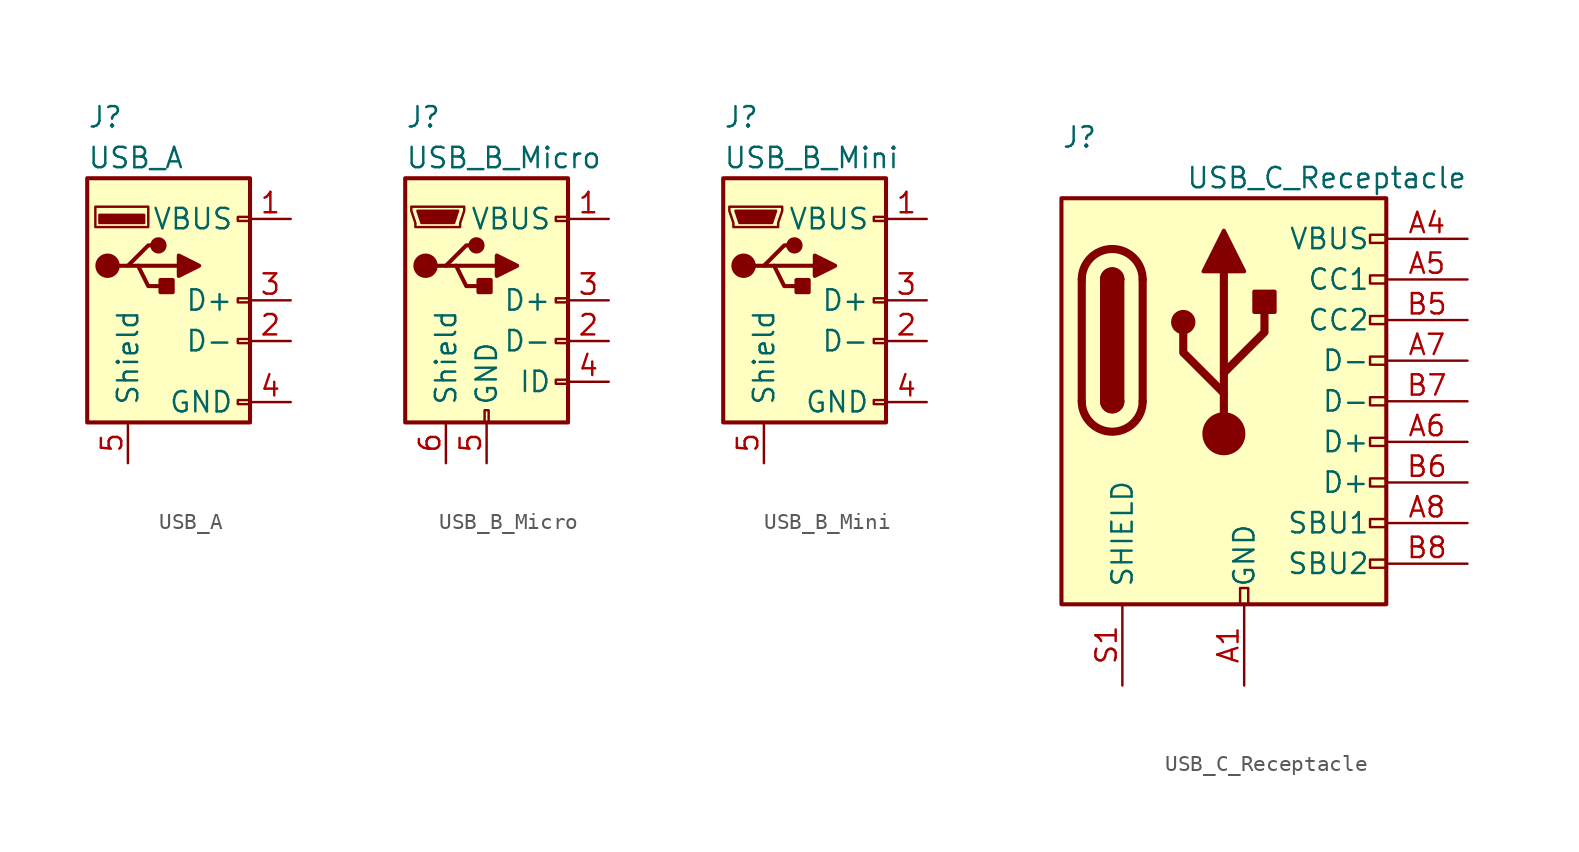
<source format=kicad_sym>
(kicad_symbol_lib
  (version 20220914)
  (generator kicad_symbol_editor)
  (symbol "USB_A"
    (pin_names
      (offset 1.016))
    (property "Reference" "J"
      (at -5.08 11.43 0)
      (effects (font (size 1.27 1.27)) (justify left)))
    (property "Value" "USB_A"
      (at -5.08 8.89 0)
      (effects (font (size 1.27 1.27)) (justify left)))
    (symbol "USB_A_0_1"
      (circle (center -3.81 2.159) (radius 0.635) (stroke (width 0.254) (type default)) (fill (type outline)))
      (rectangle (start -1.524 4.826) (end -4.318 5.334) (stroke (width 0) (type default)) (fill (type outline)))
      (rectangle (start -1.27 4.572) (end -4.572 5.842) (stroke (width 0) (type default)) (fill (type none)))
      (circle (center -0.635 3.429) (radius 0.381) (stroke (width 0.254) (type default)) (fill (type outline)))
      (polyline (pts (xy -3.175 2.159) (xy -2.54 2.159) (xy -1.27 3.429) (xy -0.635 3.429)) (stroke (width 0.254) (type default)) (fill (type none)))
      (polyline (pts (xy -2.54 2.159) (xy -1.905 2.159) (xy -1.27 0.889) (xy 0 0.889)) (stroke (width 0.254) (type default)) (fill (type none)))
      (polyline (pts (xy 0.635 2.794) (xy 0.635 1.524) (xy 1.905 2.159) (xy 0.635 2.794)) (stroke (width 0.254) (type default)) (fill (type outline)))
      (rectangle (start 0.254 1.27) (end -0.508 0.508) (stroke (width 0.254) (type default)) (fill (type outline)))
      (rectangle (start 4.318 -6.223) (end 5.08 -6.477) (stroke (width 0) (type default)) (fill (type none)))
      (rectangle (start 4.318 -2.413) (end 5.08 -2.667) (stroke (width 0) (type default)) (fill (type none)))
      (rectangle (start 5.08 -0.127) (end 4.318 0.127) (stroke (width 0) (type default)) (fill (type none)))
      (rectangle (start 5.08 4.953) (end 4.318 5.207) (stroke (width 0) (type default)) (fill (type none))))
    (symbol "USB_A_1_1"
      (rectangle (start -5.08 7.62) (end 5.08 -7.62) (stroke (width 0.254) (type default)) (fill (type background)))
      (polyline (pts (xy -1.905 2.159) (xy 0.635 2.159)) (stroke (width 0.254) (type default)) (fill (type none)))
      (pin power_in line (at 7.62 5.08 180) (length 2.54) (name "VBUS" (effects (font (size 1.27 1.27)))) (number "1" (effects (font (size 1.27 1.27)))))
      (pin bidirectional line (at 7.62 -2.54 180) (length 2.54) (name "D-" (effects (font (size 1.27 1.27)))) (number "2" (effects (font (size 1.27 1.27)))))
      (pin bidirectional line (at 7.62 0 180) (length 2.54) (name "D+" (effects (font (size 1.27 1.27)))) (number "3" (effects (font (size 1.27 1.27)))))
      (pin power_in line (at 7.62 -6.35 180) (length 2.54) (name "GND" (effects (font (size 1.27 1.27)))) (number "4" (effects (font (size 1.27 1.27)))))
      (pin passive line (at -2.54 -10.16 90) (length 2.54) (name "Shield" (effects (font (size 1.27 1.27)))) (number "5" (effects (font (size 1.27 1.27)))))))
  (symbol "USB_B_Micro"
    (pin_names
      (offset 1.016))
    (property "Reference" "J"
      (at -5.08 11.43 0)
      (effects (font (size 1.27 1.27)) (justify left)))
    (property "Value" "USB_B_Micro"
      (at -5.08 8.89 0)
      (effects (font (size 1.27 1.27)) (justify left)))
    (symbol "USB_B_Micro_0_1"
      (circle (center -3.81 2.159) (radius 0.635) (stroke (width 0.254) (type default)) (fill (type outline)))
      (circle (center -0.635 3.429) (radius 0.381) (stroke (width 0.254) (type default)) (fill (type outline)))
      (rectangle (start -0.127 -7.62) (end 0.127 -6.858) (stroke (width 0) (type default)) (fill (type none)))
      (polyline (pts (xy -1.905 2.159) (xy 0.635 2.159)) (stroke (width 0.254) (type default)) (fill (type none)))
      (polyline (pts (xy -3.175 2.159) (xy -2.54 2.159) (xy -1.27 3.429) (xy -0.635 3.429)) (stroke (width 0.254) (type default)) (fill (type none)))
      (polyline (pts (xy -2.54 2.159) (xy -1.905 2.159) (xy -1.27 0.889) (xy 0 0.889)) (stroke (width 0.254) (type default)) (fill (type none)))
      (polyline (pts (xy 0.635 2.794) (xy 0.635 1.524) (xy 1.905 2.159) (xy 0.635 2.794)) (stroke (width 0.254) (type default)) (fill (type outline)))
      (polyline (pts (xy -4.318 5.588) (xy -1.778 5.588) (xy -2.032 4.826) (xy -4.064 4.826) (xy -4.318 5.588)) (stroke (width 0) (type default)) (fill (type outline)))
      (polyline (pts (xy -4.699 5.842) (xy -4.699 5.588) (xy -4.445 4.826) (xy -4.445 4.572) (xy -1.651 4.572) (xy -1.651 4.826) (xy -1.397 5.588) (xy -1.397 5.842) (xy -4.699 5.842)) (stroke (width 0) (type default)) (fill (type none)))
      (rectangle (start 0.254 1.27) (end -0.508 0.508) (stroke (width 0.254) (type default)) (fill (type outline)))
      (rectangle (start 5.08 -5.207) (end 4.318 -4.953) (stroke (width 0) (type default)) (fill (type none)))
      (rectangle (start 5.08 -2.667) (end 4.318 -2.413) (stroke (width 0) (type default)) (fill (type none)))
      (rectangle (start 5.08 -0.127) (end 4.318 0.127) (stroke (width 0) (type default)) (fill (type none)))
      (rectangle (start 5.08 4.953) (end 4.318 5.207) (stroke (width 0) (type default)) (fill (type none))))
    (symbol "USB_B_Micro_1_1"
      (rectangle (start -5.08 7.62) (end 5.08 -7.62) (stroke (width 0.254) (type default)) (fill (type background)))
      (pin power_out line (at 7.62 5.08 180) (length 2.54) (name "VBUS" (effects (font (size 1.27 1.27)))) (number "1" (effects (font (size 1.27 1.27)))))
      (pin bidirectional line (at 7.62 -2.54 180) (length 2.54) (name "D-" (effects (font (size 1.27 1.27)))) (number "2" (effects (font (size 1.27 1.27)))))
      (pin bidirectional line (at 7.62 0 180) (length 2.54) (name "D+" (effects (font (size 1.27 1.27)))) (number "3" (effects (font (size 1.27 1.27)))))
      (pin passive line (at 7.62 -5.08 180) (length 2.54) (name "ID" (effects (font (size 1.27 1.27)))) (number "4" (effects (font (size 1.27 1.27)))))
      (pin power_out line (at 0 -10.16 90) (length 2.54) (name "GND" (effects (font (size 1.27 1.27)))) (number "5" (effects (font (size 1.27 1.27)))))
      (pin passive line (at -2.54 -10.16 90) (length 2.54) (name "Shield" (effects (font (size 1.27 1.27)))) (number "6" (effects (font (size 1.27 1.27)))))))
  (symbol "USB_B_Mini"
    (pin_names
      (offset 1.016))
    (property "Reference" "J"
      (at -5.08 11.43 0)
      (effects (font (size 1.27 1.27)) (justify left)))
    (property "Value" "USB_B_Mini"
      (at -5.08 8.89 0)
      (effects (font (size 1.27 1.27)) (justify left)))
    (symbol "USB_B_Mini_0_1"
      (circle (center -3.81 2.159) (radius 0.635) (stroke (width 0.254) (type default)) (fill (type outline)))
      (circle (center -0.635 3.429) (radius 0.381) (stroke (width 0.254) (type default)) (fill (type outline)))
      (polyline (pts (xy -1.905 2.159) (xy 0.635 2.159)) (stroke (width 0.254) (type default)) (fill (type none)))
      (polyline (pts (xy -3.175 2.159) (xy -2.54 2.159) (xy -1.27 3.429) (xy -0.635 3.429)) (stroke (width 0.254) (type default)) (fill (type none)))
      (polyline (pts (xy -2.54 2.159) (xy -1.905 2.159) (xy -1.27 0.889) (xy 0 0.889)) (stroke (width 0.254) (type default)) (fill (type none)))
      (polyline (pts (xy 0.635 2.794) (xy 0.635 1.524) (xy 1.905 2.159) (xy 0.635 2.794)) (stroke (width 0.254) (type default)) (fill (type outline)))
      (polyline (pts (xy -4.318 5.588) (xy -1.778 5.588) (xy -2.032 4.826) (xy -4.064 4.826) (xy -4.318 5.588)) (stroke (width 0) (type default)) (fill (type outline)))
      (polyline (pts (xy -4.699 5.842) (xy -4.699 5.588) (xy -4.445 4.826) (xy -4.445 4.572) (xy -1.651 4.572) (xy -1.651 4.826) (xy -1.397 5.588) (xy -1.397 5.842) (xy -4.699 5.842)) (stroke (width 0) (type default)) (fill (type none)))
      (rectangle (start 0.254 1.27) (end -0.508 0.508) (stroke (width 0.254) (type default)) (fill (type outline)))
      (rectangle (start 4.318 -6.223) (end 5.08 -6.477) (stroke (width 0) (type default)) (fill (type none)))
      (rectangle (start 5.08 -2.667) (end 4.318 -2.413) (stroke (width 0) (type default)) (fill (type none)))
      (rectangle (start 5.08 -0.127) (end 4.318 0.127) (stroke (width 0) (type default)) (fill (type none)))
      (rectangle (start 5.08 4.953) (end 4.318 5.207) (stroke (width 0) (type default)) (fill (type none))))
    (symbol "USB_B_Mini_1_1"
      (rectangle (start -5.08 7.62) (end 5.08 -7.62) (stroke (width 0.254) (type default)) (fill (type background)))
      (pin power_out line (at 7.62 5.08 180) (length 2.54) (name "VBUS" (effects (font (size 1.27 1.27)))) (number "1" (effects (font (size 1.27 1.27)))))
      (pin bidirectional line (at 7.62 -2.54 180) (length 2.54) (name "D-" (effects (font (size 1.27 1.27)))) (number "2" (effects (font (size 1.27 1.27)))))
      (pin bidirectional line (at 7.62 0 180) (length 2.54) (name "D+" (effects (font (size 1.27 1.27)))) (number "3" (effects (font (size 1.27 1.27)))))
      (pin power_in line (at 7.62 -6.35 180) (length 2.54) (name "GND" (effects (font (size 1.27 1.27)))) (number "4" (effects (font (size 1.27 1.27)))))
      (pin passive line (at -2.54 -10.16 90) (length 2.54) (name "Shield" (effects (font (size 1.27 1.27)))) (number "5" (effects (font (size 1.27 1.27)))))))
  (symbol "USB_C_Receptacle"
    (pin_names
      (offset 1.016))
    (property "Reference" "J"
      (at -10.16 16.51 0)
      (effects (font (size 1.27 1.27)) (justify left)))
    (property "Value" "USB_C_Receptacle"
      (at 15.24 13.97 0)
      (effects (font (size 1.27 1.27)) (justify right)))
    (symbol "USB_C_Receptacle_0_0"
      (rectangle (start 1.016 -12.7) (end 1.524 -11.684) (stroke (width 0) (type default)) (fill (type none)))
      (rectangle (start 10.16 -9.906) (end 9.144 -10.414) (stroke (width 0) (type default)) (fill (type none)))
      (rectangle (start 10.16 -7.366) (end 9.144 -7.874) (stroke (width 0) (type default)) (fill (type none)))
      (rectangle (start 10.16 -4.826) (end 9.144 -5.334) (stroke (width 0) (type default)) (fill (type none)))
      (rectangle (start 10.16 -2.286) (end 9.144 -2.794) (stroke (width 0) (type default)) (fill (type none)))
      (rectangle (start 10.16 0.254) (end 9.144 -0.254) (stroke (width 0) (type default)) (fill (type none)))
      (rectangle (start 10.16 2.794) (end 9.144 2.286) (stroke (width 0) (type default)) (fill (type none)))
      (rectangle (start 10.16 5.334) (end 9.144 4.826) (stroke (width 0) (type default)) (fill (type none)))
      (rectangle (start 10.16 7.874) (end 9.144 7.366) (stroke (width 0) (type default)) (fill (type none)))
      (rectangle (start 10.16 10.414) (end 9.144 9.906) (stroke (width 0) (type default)) (fill (type none))))
    (symbol "USB_C_Receptacle_0_1"
      (arc (start -8.89 0) (mid -6.985 -1.8967) (end -5.08 0) (stroke (width 0.508) (type default)) (fill (type none)))
      (arc (start -7.62 0) (mid -6.985 -0.6323) (end -6.35 0) (stroke (width 0.254) (type default)) (fill (type none)))
      (arc (start -7.62 0) (mid -6.985 -0.6323) (end -6.35 0) (stroke (width 0.254) (type default)) (fill (type outline)))
      (rectangle (start -7.62 0) (end -6.35 7.62) (stroke (width 0.254) (type default)) (fill (type outline)))
      (arc (start -6.35 7.62) (mid -6.985 8.2523) (end -7.62 7.62) (stroke (width 0.254) (type default)) (fill (type none)))
      (arc (start -6.35 7.62) (mid -6.985 8.2523) (end -7.62 7.62) (stroke (width 0.254) (type default)) (fill (type outline)))
      (arc (start -5.08 7.62) (mid -6.985 9.5167) (end -8.89 7.62) (stroke (width 0.508) (type default)) (fill (type none)))
      (circle (center -2.54 4.953) (radius 0.635) (stroke (width 0.254) (type default)) (fill (type outline)))
      (circle (center 0 -2.032) (radius 1.27) (stroke (width 0) (type default)) (fill (type outline)))
      (polyline (pts (xy -8.89 0) (xy -8.89 7.62)) (stroke (width 0.508) (type default)) (fill (type none)))
      (polyline (pts (xy -5.08 7.62) (xy -5.08 0)) (stroke (width 0.508) (type default)) (fill (type none)))
      (polyline (pts (xy 0 -2.032) (xy 0 8.128)) (stroke (width 0.508) (type default)) (fill (type none)))
      (polyline (pts (xy 0 0.508) (xy -2.54 3.048) (xy -2.54 4.318)) (stroke (width 0.508) (type default)) (fill (type none)))
      (polyline (pts (xy 0 1.778) (xy 2.54 4.318) (xy 2.54 5.588)) (stroke (width 0.508) (type default)) (fill (type none)))
      (polyline (pts (xy -1.27 8.128) (xy 0 10.668) (xy 1.27 8.128) (xy -1.27 8.128)) (stroke (width 0.254) (type default)) (fill (type outline)))
      (rectangle (start 1.905 5.588) (end 3.175 6.858) (stroke (width 0.254) (type default)) (fill (type outline))))
    (symbol "USB_C_Receptacle_1_1"
      (rectangle (start -10.16 12.7) (end 10.16 -12.7) (stroke (width 0.254) (type default)) (fill (type background)))
      (pin passive line (at 1.27 -17.78 90) (length 5.08) (name "GND" (effects (font (size 1.27 1.27)))) (number "A1" (effects (font (size 1.27 1.27)))))
      (pin passive line (at 1.27 -17.78 90) (length 5.08) hide (name "GND" (effects (font (size 1.27 1.27)))) (number "A12" (effects (font (size 1.27 1.27)))))
      (pin passive line (at 15.24 10.16 180) (length 5.08) (name "VBUS" (effects (font (size 1.27 1.27)))) (number "A4" (effects (font (size 1.27 1.27)))))
      (pin bidirectional line (at 15.24 7.62 180) (length 5.08) (name "CC1" (effects (font (size 1.27 1.27)))) (number "A5" (effects (font (size 1.27 1.27)))))
      (pin bidirectional line (at 15.24 -2.54 180) (length 5.08) (name "D+" (effects (font (size 1.27 1.27)))) (number "A6" (effects (font (size 1.27 1.27)))))
      (pin bidirectional line (at 15.24 2.54 180) (length 5.08) (name "D-" (effects (font (size 1.27 1.27)))) (number "A7" (effects (font (size 1.27 1.27)))))
      (pin bidirectional line (at 15.24 -7.62 180) (length 5.08) (name "SBU1" (effects (font (size 1.27 1.27)))) (number "A8" (effects (font (size 1.27 1.27)))))
      (pin passive line (at 15.24 10.16 180) (length 5.08) hide (name "VBUS" (effects (font (size 1.27 1.27)))) (number "A9" (effects (font (size 1.27 1.27)))))
      (pin passive line (at 1.27 -17.78 90) (length 5.08) hide (name "GND" (effects (font (size 1.27 1.27)))) (number "B1" (effects (font (size 1.27 1.27)))))
      (pin passive line (at 1.27 -17.78 90) (length 5.08) hide (name "GND" (effects (font (size 1.27 1.27)))) (number "B12" (effects (font (size 1.27 1.27)))))
      (pin passive line (at 15.24 10.16 180) (length 5.08) hide (name "VBUS" (effects (font (size 1.27 1.27)))) (number "B4" (effects (font (size 1.27 1.27)))))
      (pin bidirectional line (at 15.24 5.08 180) (length 5.08) (name "CC2" (effects (font (size 1.27 1.27)))) (number "B5" (effects (font (size 1.27 1.27)))))
      (pin bidirectional line (at 15.24 -5.08 180) (length 5.08) (name "D+" (effects (font (size 1.27 1.27)))) (number "B6" (effects (font (size 1.27 1.27)))))
      (pin bidirectional line (at 15.24 0 180) (length 5.08) (name "D-" (effects (font (size 1.27 1.27)))) (number "B7" (effects (font (size 1.27 1.27)))))
      (pin bidirectional line (at 15.24 -10.16 180) (length 5.08) (name "SBU2" (effects (font (size 1.27 1.27)))) (number "B8" (effects (font (size 1.27 1.27)))))
      (pin passive line (at 15.24 10.16 180) (length 5.08) hide (name "VBUS" (effects (font (size 1.27 1.27)))) (number "B9" (effects (font (size 1.27 1.27)))))
      (pin passive line (at -6.35 -17.78 90) (length 5.08) (name "SHIELD" (effects (font (size 1.27 1.27)))) (number "S1" (effects (font (size 1.27 1.27))))))))
</source>
